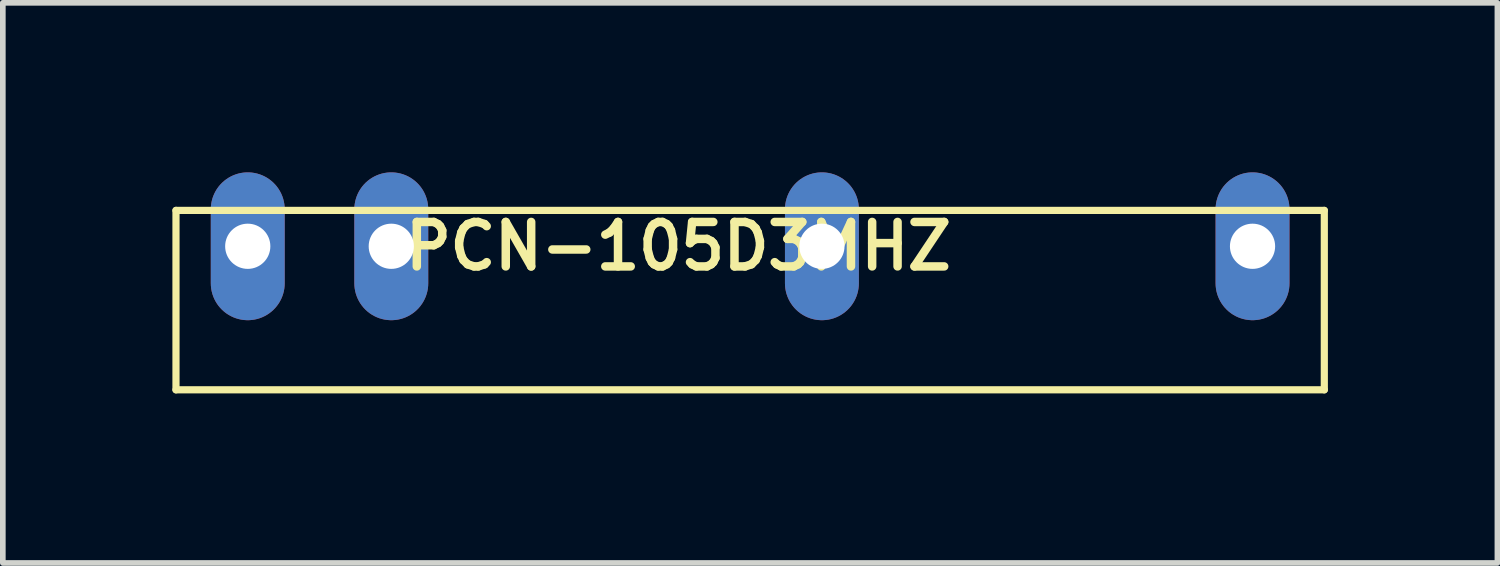
<source format=kicad_pcb>
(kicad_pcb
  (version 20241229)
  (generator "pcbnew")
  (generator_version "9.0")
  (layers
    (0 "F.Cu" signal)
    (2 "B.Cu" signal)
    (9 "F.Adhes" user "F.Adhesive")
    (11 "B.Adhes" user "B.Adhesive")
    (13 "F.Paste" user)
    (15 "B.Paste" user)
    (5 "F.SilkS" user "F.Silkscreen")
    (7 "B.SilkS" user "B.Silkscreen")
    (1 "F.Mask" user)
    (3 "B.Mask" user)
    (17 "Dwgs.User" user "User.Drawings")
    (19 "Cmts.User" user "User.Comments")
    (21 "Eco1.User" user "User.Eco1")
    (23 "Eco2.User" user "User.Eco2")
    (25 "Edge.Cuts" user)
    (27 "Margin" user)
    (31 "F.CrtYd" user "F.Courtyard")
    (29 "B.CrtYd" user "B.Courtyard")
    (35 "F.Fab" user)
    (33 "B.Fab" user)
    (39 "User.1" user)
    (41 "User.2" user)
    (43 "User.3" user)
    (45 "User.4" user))
  (footprint "PCN-105D3MHZ"
    (layer "F.Cu")
    (at 8.954 1.308)
    (property "Reference" "PCN-105D3MHZ" (at 0 0 0) (layer "F.SilkS") (effects (font (size 0.787 0.787) (thickness 0.15))))
    (attr through_hole)
    (fp_line (start -8.89 -0.635) (end -8.89 2.54) (stroke (width 0.127) (type solid)) (layer "F.SilkS"))
    (fp_line (start -8.89 2.54) (end 11.43 2.54) (stroke (width 0.127) (type solid)) (layer "F.SilkS"))
    (fp_line (start 11.43 -0.635) (end -8.89 -0.635) (stroke (width 0.127) (type solid)) (layer "F.SilkS"))
    (fp_line (start 11.43 2.54) (end 11.43 -0.635) (stroke (width 0.127) (type solid)) (layer "F.SilkS"))
    (pad "P$1" thru_hole oval (at -7.62 0) (size 1.308 2.616) (drill 0.8) (layers "*.Cu" "*.Mask"))
    (pad "P$2" thru_hole oval (at -5.08 0) (size 1.308 2.616) (drill 0.8) (layers "*.Cu" "*.Mask"))
    (pad "P$3" thru_hole oval (at 2.54 0) (size 1.308 2.616) (drill 0.8) (layers "*.Cu" "*.Mask"))
    (pad "P$4" thru_hole oval (at 10.16 0) (size 1.308 2.616) (drill 0.8) (layers "*.Cu" "*.Mask")))
  (gr_rect
    (start -3 -3)
    (end 23.447 6.912)
    (stroke (width 0.1) (type default))
    (fill no)
    (layer "Edge.Cuts")))
</source>
